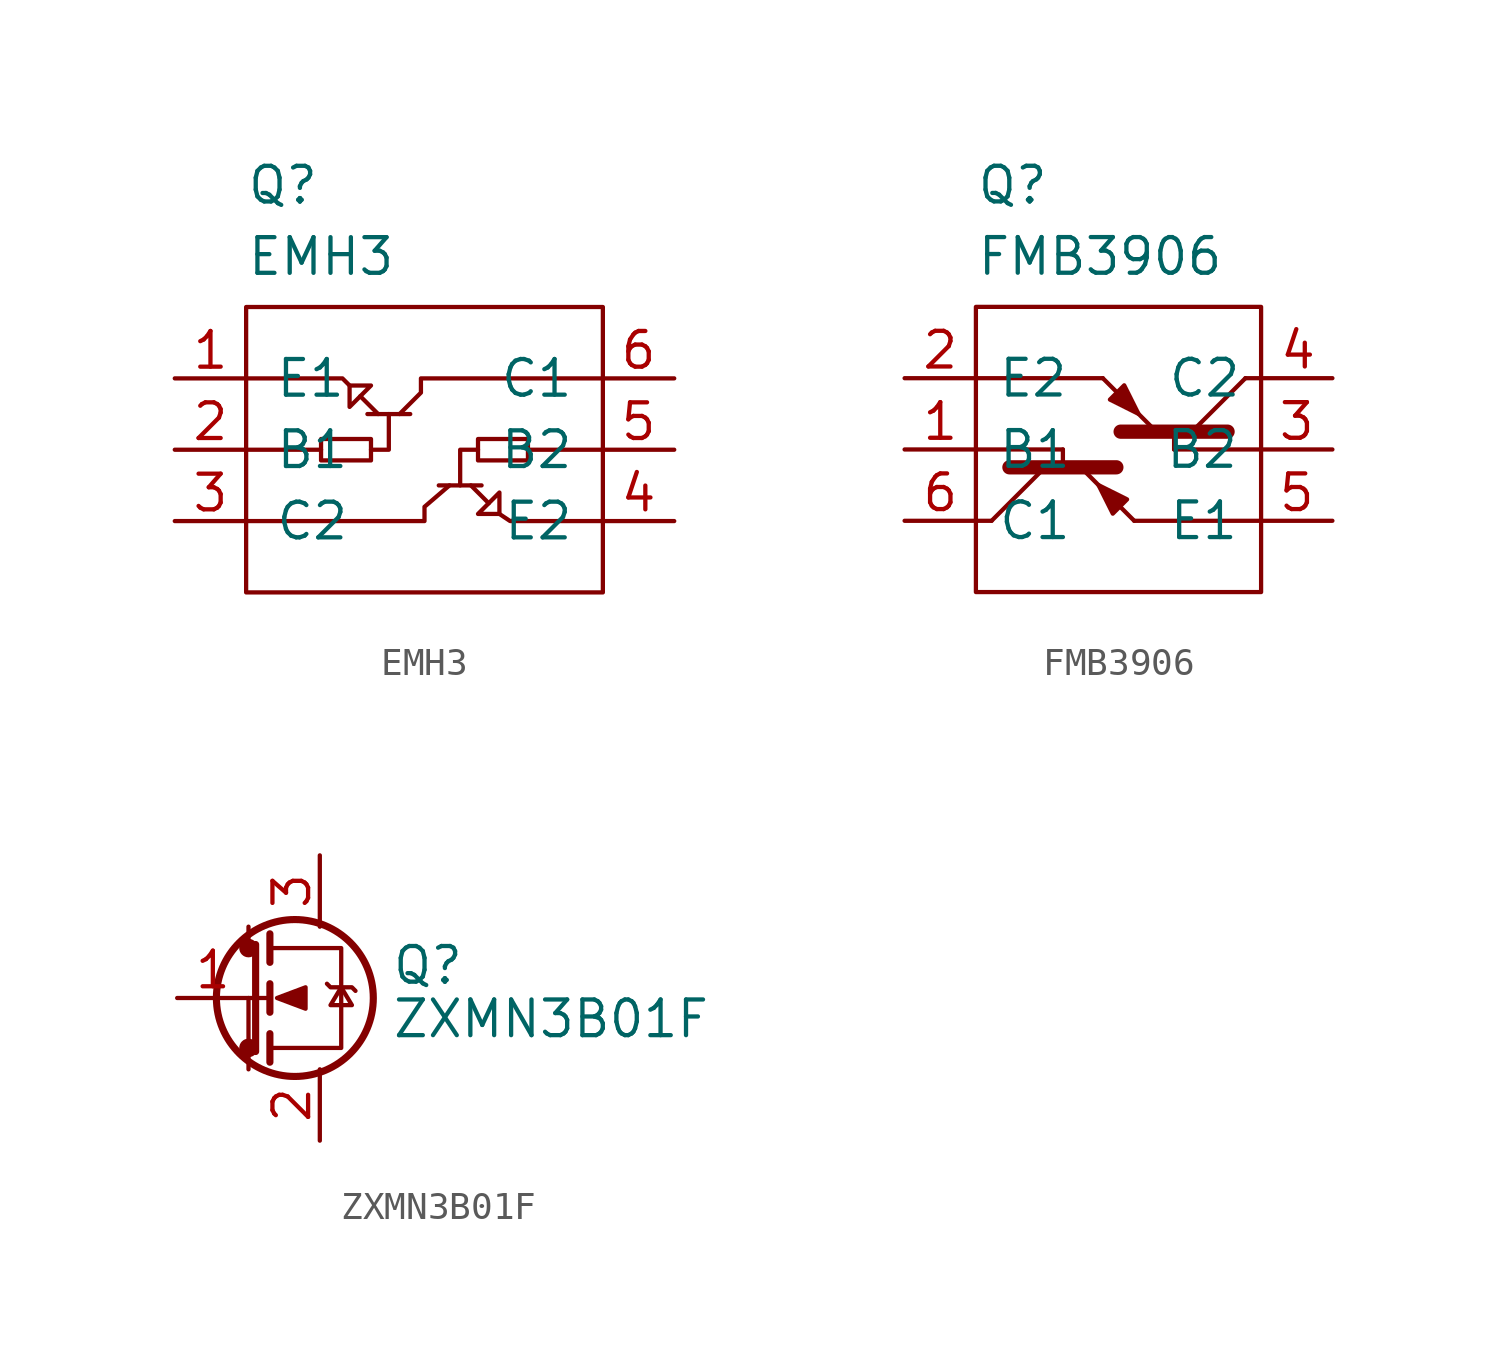
<source format=kicad_sym>
(kicad_symbol_lib
  (version 20241209)
  (generator "kicad_symbol_editor")
  (generator_version "9.0")
  (symbol "EMH3"
    (pin_names
      (offset 1.016))
    (property "Reference" "Q"
      (at 2.54 7.62 0)
      (effects (font (size 1.27 1.27)) (justify left top)))
    (property "Value" "EMH3"
      (at 2.54 5.08 0)
      (effects (font (size 1.27 1.27)) (justify left top)))
    (symbol "EMH3_0_0"
      (pin passive line (at 0 0 0) (length 2.54) (name "E1" (effects (font (size 1.27 1.27)))) (number "1" (effects (font (size 1.27 1.27)))))
      (pin passive line (at 0 -2.54 0) (length 2.54) (name "B1" (effects (font (size 1.27 1.27)))) (number "2" (effects (font (size 1.27 1.27)))))
      (pin passive line (at 0 -5.08 0) (length 2.54) (name "C2" (effects (font (size 1.27 1.27)))) (number "3" (effects (font (size 1.27 1.27)))))
      (pin passive line (at 17.78 0 180) (length 2.54) (name "C1" (effects (font (size 1.27 1.27)))) (number "6" (effects (font (size 1.27 1.27)))))
      (pin passive line (at 17.78 -2.54 180) (length 2.54) (name "B2" (effects (font (size 1.27 1.27)))) (number "5" (effects (font (size 1.27 1.27)))))
      (pin passive line (at 17.78 -5.08 180) (length 2.54) (name "E2" (effects (font (size 1.27 1.27)))) (number "4" (effects (font (size 1.27 1.27))))))
    (symbol "EMH3_0_1"
      (rectangle (start 2.54 2.54) (end 15.24 -7.62) (stroke (width 0.152) (type default)) (fill (type none)))
      (polyline (pts (xy 2.54 0) (xy 5.969 0) (xy 6.223 -0.254)) (stroke (width 0.152) (type default)) (fill (type none)))
      (polyline (pts (xy 2.54 -2.54) (xy 5.207 -2.54)) (stroke (width 0.152) (type default)) (fill (type none)))
      (rectangle (start 5.207 -2.159) (end 6.985 -2.921) (stroke (width 0.152) (type default)) (fill (type none)))
      (polyline (pts (xy 6.604 -0.635) (xy 6.985 -0.254) (xy 6.223 -0.254) (xy 6.223 -1.016) (xy 6.604 -0.635)) (stroke (width 0.152) (type default)) (fill (type none)))
      (polyline (pts (xy 6.985 -2.54) (xy 7.62 -2.54) (xy 7.62 -1.27)) (stroke (width 0.152) (type default)) (fill (type none)))
      (polyline (pts (xy 7.239 -1.27) (xy 6.604 -0.635)) (stroke (width 0.152) (type default)) (fill (type none)))
      (polyline (pts (xy 8.001 -1.27) (xy 8.763 -0.508) (xy 8.763 0) (xy 15.24 0)) (stroke (width 0.152) (type default)) (fill (type none)))
      (polyline (pts (xy 8.382 -1.27) (xy 6.858 -1.27)) (stroke (width 0.152) (type default)) (fill (type none)))
      (polyline (pts (xy 9.398 -3.81) (xy 10.922 -3.81)) (stroke (width 0.152) (type default)) (fill (type none)))
      (polyline (pts (xy 9.779 -3.81) (xy 8.89 -4.572) (xy 8.89 -5.08) (xy 2.54 -5.08)) (stroke (width 0.152) (type default)) (fill (type none)))
      (polyline (pts (xy 10.541 -3.81) (xy 11.176 -4.445)) (stroke (width 0.152) (type default)) (fill (type none)))
      (polyline (pts (xy 10.795 -2.54) (xy 10.16 -2.54) (xy 10.16 -3.81)) (stroke (width 0.152) (type default)) (fill (type none)))
      (polyline (pts (xy 11.176 -4.445) (xy 10.795 -4.826) (xy 11.557 -4.826) (xy 11.557 -4.064) (xy 11.176 -4.445)) (stroke (width 0.152) (type default)) (fill (type none)))
      (rectangle (start 12.573 -2.921) (end 10.795 -2.159) (stroke (width 0.152) (type default)) (fill (type none)))
      (polyline (pts (xy 15.24 -2.54) (xy 12.573 -2.54)) (stroke (width 0.152) (type default)) (fill (type none)))
      (polyline (pts (xy 15.24 -5.08) (xy 11.938 -5.08) (xy 11.557 -4.826)) (stroke (width 0.152) (type default)) (fill (type none)))))
  (symbol "FMB3906"
    (pin_names
      (offset 0.762))
    (property "Reference" "Q"
      (at 2.54 7.62 0)
      (effects (font (size 1.27 1.27)) (justify left top)))
    (property "Value" "FMB3906"
      (at 2.54 5.08 0)
      (effects (font (size 1.27 1.27)) (justify left top)))
    (symbol "FMB3906_0_0"
      (pin passive line (at 0 0 0) (length 2.54) (name "E2" (effects (font (size 1.27 1.27)))) (number "2" (effects (font (size 1.27 1.27)))))
      (pin passive line (at 0 -2.54 0) (length 2.54) (name "B1" (effects (font (size 1.27 1.27)))) (number "1" (effects (font (size 1.27 1.27)))))
      (pin passive line (at 0 -5.08 0) (length 2.54) (name "C1" (effects (font (size 1.27 1.27)))) (number "6" (effects (font (size 1.27 1.27)))))
      (pin passive line (at 15.24 0 180) (length 2.45) (name "C2" (effects (font (size 1.27 1.27)))) (number "4" (effects (font (size 1.27 1.27)))))
      (pin passive line (at 15.24 -2.54 180) (length 2.54) (name "B2" (effects (font (size 1.27 1.27)))) (number "3" (effects (font (size 1.27 1.27)))))
      (pin passive line (at 15.24 -5.08 180) (length 2.54) (name "E1" (effects (font (size 1.27 1.27)))) (number "5" (effects (font (size 1.27 1.27))))))
    (symbol "FMB3906_0_1"
      (polyline (pts (xy 2.54 2.54) (xy 12.7 2.54) (xy 12.7 -7.62) (xy 2.54 -7.62) (xy 2.54 2.54)) (stroke (width 0.152) (type solid)) (fill (type none)))
      (polyline (pts (xy 3.099 -5.08) (xy 2.54 -5.08)) (stroke (width 0) (type default)) (fill (type none)))
      (polyline (pts (xy 3.099 -5.08) (xy 5.004 -3.175)) (stroke (width 0) (type default)) (fill (type none)))
      (polyline (pts (xy 3.734 -3.175) (xy 7.544 -3.175) (xy 7.544 -3.175)) (stroke (width 0.508) (type default)) (fill (type none)))
      (polyline (pts (xy 5.639 -2.54) (xy 2.54 -2.54)) (stroke (width 0) (type default)) (fill (type none)))
      (polyline (pts (xy 5.639 -2.54) (xy 5.639 -3.175)) (stroke (width 0) (type default)) (fill (type none)))
      (polyline (pts (xy 6.274 -3.175) (xy 8.179 -5.08) (xy 8.179 -5.08)) (stroke (width 0) (type default)) (fill (type none)))
      (polyline (pts (xy 7.061 0) (xy 2.54 0)) (stroke (width 0) (type default)) (fill (type none)))
      (polyline (pts (xy 7.315 -0.762) (xy 7.823 -0.254) (xy 8.331 -1.27) (xy 7.315 -0.762) (xy 7.315 -0.762)) (stroke (width 0) (type default)) (fill (type outline)))
      (polyline (pts (xy 7.925 -4.318) (xy 7.417 -4.826) (xy 6.909 -3.81) (xy 7.925 -4.318) (xy 7.925 -4.318)) (stroke (width 0) (type default)) (fill (type outline)))
      (polyline (pts (xy 8.179 -5.08) (xy 12.7 -5.08)) (stroke (width 0) (type default)) (fill (type none)))
      (polyline (pts (xy 8.966 -1.905) (xy 7.061 0) (xy 7.061 0)) (stroke (width 0) (type default)) (fill (type none)))
      (polyline (pts (xy 9.601 -2.54) (xy 9.601 -1.905)) (stroke (width 0) (type default)) (fill (type none)))
      (polyline (pts (xy 9.601 -2.54) (xy 12.7 -2.54)) (stroke (width 0) (type default)) (fill (type none)))
      (polyline (pts (xy 11.506 -1.905) (xy 7.696 -1.905) (xy 7.696 -1.905)) (stroke (width 0.508) (type default)) (fill (type none)))
      (polyline (pts (xy 12.141 0) (xy 10.236 -1.905)) (stroke (width 0) (type default)) (fill (type none)))
      (polyline (pts (xy 12.141 0) (xy 12.7 0)) (stroke (width 0) (type default)) (fill (type none)))))
  (symbol "ZXMN3B01F"
    (pin_names
      (hide yes))
    (property "Reference" "Q"
      (at 7.62 1.905 0)
      (effects (font (size 1.27 1.27)) (justify left top)))
    (property "Value" "ZXMN3B01F"
      (at 7.62 0 0)
      (effects (font (size 1.27 1.27)) (justify left top)))
    (symbol "ZXMN3B01F_0_1"
      (polyline (pts (xy 2.54 2.54) (xy 2.54 1.778)) (stroke (width 0) (type default)) (fill (type none)))
      (circle (center 2.54 1.778) (radius 0.254) (stroke (width 0) (type default)) (fill (type outline)))
      (circle (center 2.54 -1.778) (radius 0.254) (stroke (width 0) (type default)) (fill (type outline)))
      (polyline (pts (xy 2.54 -2.54) (xy 2.54 0) (xy 3.302 0)) (stroke (width 0) (type default)) (fill (type none)))
      (polyline (pts (xy 2.794 1.905) (xy 2.794 -1.905)) (stroke (width 0.254) (type default)) (fill (type none)))
      (polyline (pts (xy 3.302 2.286) (xy 3.302 1.27)) (stroke (width 0.254) (type default)) (fill (type none)))
      (polyline (pts (xy 3.302 0.508) (xy 3.302 -0.508)) (stroke (width 0.254) (type default)) (fill (type none)))
      (polyline (pts (xy 3.302 -1.27) (xy 3.302 -2.286)) (stroke (width 0.254) (type default)) (fill (type none)))
      (polyline (pts (xy 3.302 -1.778) (xy 5.842 -1.778) (xy 5.842 1.778) (xy 3.302 1.778)) (stroke (width 0) (type default)) (fill (type none)))
      (polyline (pts (xy 3.556 0) (xy 4.572 0.381) (xy 4.572 -0.381) (xy 3.556 0)) (stroke (width 0) (type default)) (fill (type outline)))
      (circle (center 4.191 0) (radius 2.794) (stroke (width 0.254) (type default)) (fill (type none)))
      (polyline (pts (xy 5.334 0.508) (xy 5.461 0.381) (xy 6.223 0.381) (xy 6.35 0.254)) (stroke (width 0) (type default)) (fill (type none)))
      (polyline (pts (xy 5.842 0.381) (xy 5.461 -0.254) (xy 6.223 -0.254) (xy 5.842 0.381)) (stroke (width 0) (type default)) (fill (type none))))
    (symbol "ZXMN3B01F_1_1"
      (pin input line (at 0 0 0) (length 2.54) (name "G" (effects (font (size 1.27 1.27)))) (number "1" (effects (font (size 1.27 1.27)))))
      (pin passive line (at 5.08 5.08 270) (length 2.54) (name "D" (effects (font (size 1.27 1.27)))) (number "3" (effects (font (size 1.27 1.27)))))
      (pin passive line (at 5.08 -5.08 90) (length 2.54) (name "S" (effects (font (size 1.27 1.27)))) (number "2" (effects (font (size 1.27 1.27))))))))
</source>
